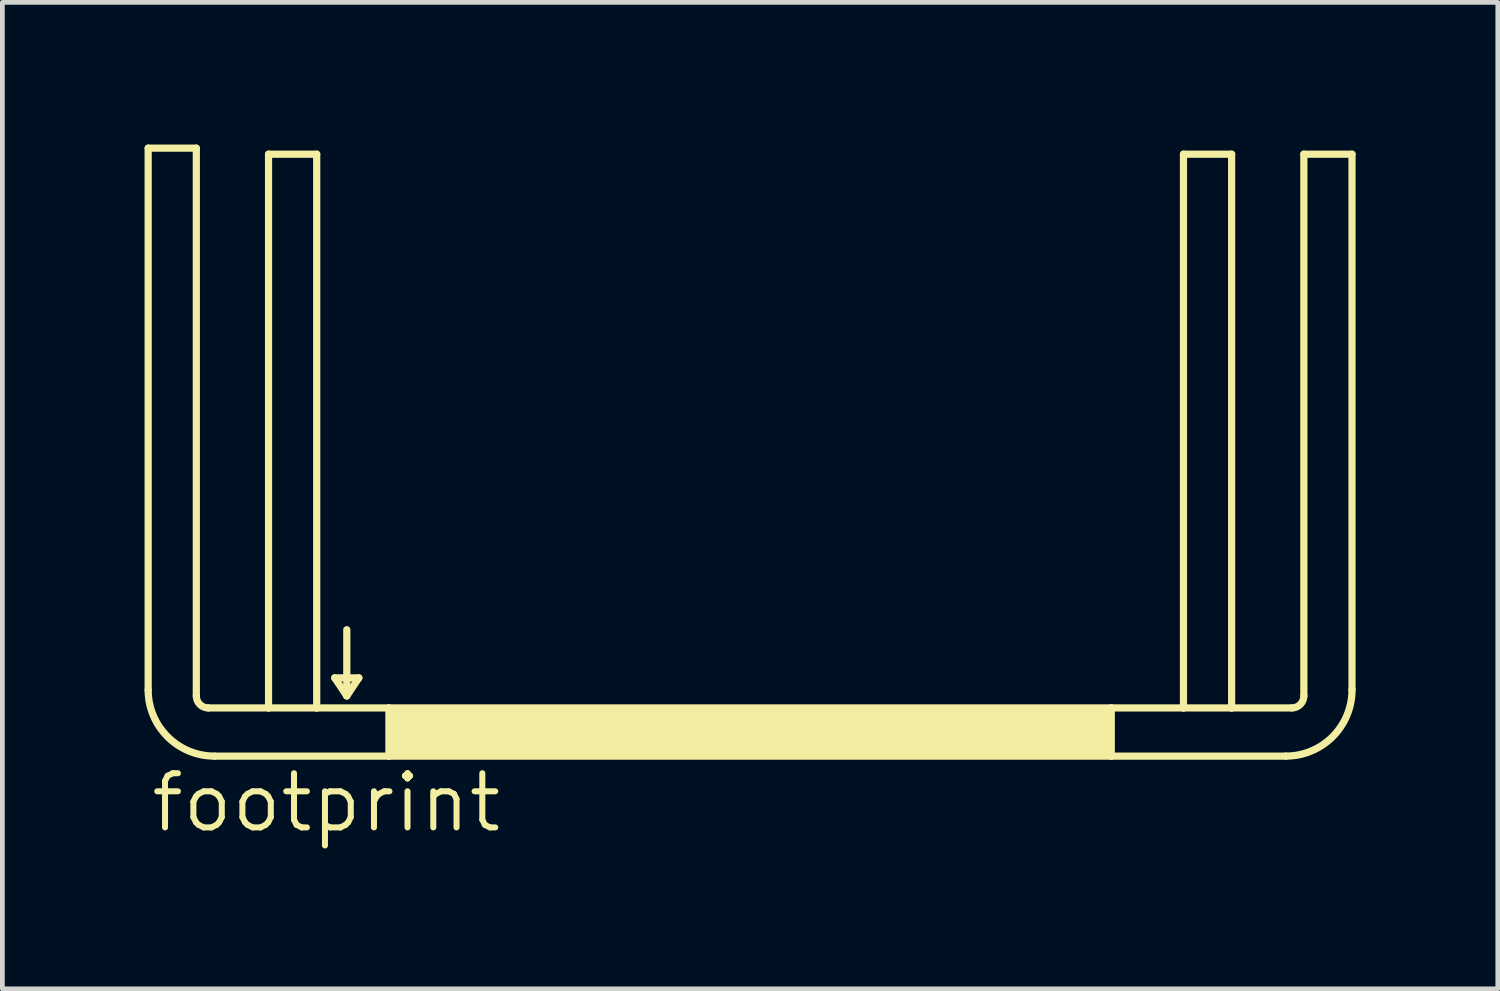
<source format=kicad_pcb>
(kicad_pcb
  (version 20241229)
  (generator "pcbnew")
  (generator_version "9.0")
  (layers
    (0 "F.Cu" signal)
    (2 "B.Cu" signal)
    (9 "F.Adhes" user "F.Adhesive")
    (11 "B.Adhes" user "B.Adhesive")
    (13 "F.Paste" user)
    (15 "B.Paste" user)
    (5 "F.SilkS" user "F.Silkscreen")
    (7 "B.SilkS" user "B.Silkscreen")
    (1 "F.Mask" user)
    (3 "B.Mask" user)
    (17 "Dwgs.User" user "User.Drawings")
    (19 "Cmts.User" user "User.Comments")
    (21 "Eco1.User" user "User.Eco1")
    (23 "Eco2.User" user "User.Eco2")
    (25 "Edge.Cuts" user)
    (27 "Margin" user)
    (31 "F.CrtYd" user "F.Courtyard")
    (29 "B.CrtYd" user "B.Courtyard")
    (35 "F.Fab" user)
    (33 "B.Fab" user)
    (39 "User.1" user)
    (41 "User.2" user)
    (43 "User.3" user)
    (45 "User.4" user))
  (footprint "footprint"
    (layer "F.Cu")
    (at 12.776 11.887)
    (property "Reference" "footprint" (at -12.7 2.667 0) (layer "F.SilkS") (effects (font (size 1.143 1.143) (thickness 0.127)) (justify left bottom)))
    (fp_line (start -12.7 -11.811) (end -12.7 -0.381) (stroke (width 0.152) (type solid)) (layer "F.SilkS"))
    (fp_line (start -11.684 -11.811) (end -12.7 -11.811) (stroke (width 0.152) (type solid)) (layer "F.SilkS"))
    (fp_line (start -11.684 -0.254) (end -11.684 -11.811) (stroke (width 0.152) (type solid)) (layer "F.SilkS"))
    (fp_line (start -11.303 1.016) (end -7.62 1.016) (stroke (width 0.152) (type solid)) (layer "F.SilkS"))
    (fp_line (start -10.16 -11.684) (end -10.16 0) (stroke (width 0.152) (type solid)) (layer "F.SilkS"))
    (fp_line (start -10.16 0) (end -11.43 0) (stroke (width 0.152) (type solid)) (layer "F.SilkS"))
    (fp_line (start -9.144 -11.684) (end -10.16 -11.684) (stroke (width 0.152) (type solid)) (layer "F.SilkS"))
    (fp_line (start -9.144 -11.684) (end -9.144 0) (stroke (width 0.152) (type solid)) (layer "F.SilkS"))
    (fp_line (start -9.144 0) (end -10.16 0) (stroke (width 0.152) (type solid)) (layer "F.SilkS"))
    (fp_line (start -8.763 -0.635) (end -8.509 -0.635) (stroke (width 0.152) (type solid)) (layer "F.SilkS"))
    (fp_line (start -8.509 -1.651) (end -8.509 -0.635) (stroke (width 0.152) (type solid)) (layer "F.SilkS"))
    (fp_line (start -8.509 -0.635) (end -8.509 -0.254) (stroke (width 0.152) (type solid)) (layer "F.SilkS"))
    (fp_line (start -8.509 -0.635) (end -8.255 -0.635) (stroke (width 0.152) (type solid)) (layer "F.SilkS"))
    (fp_line (start -8.509 -0.254) (end -8.763 -0.635) (stroke (width 0.152) (type solid)) (layer "F.SilkS"))
    (fp_line (start -8.255 -0.635) (end -8.509 -0.254) (stroke (width 0.152) (type solid)) (layer "F.SilkS"))
    (fp_line (start -7.62 0) (end -9.144 0) (stroke (width 0.152) (type solid)) (layer "F.SilkS"))
    (fp_line (start -7.62 0) (end -7.62 1.016) (stroke (width 0.152) (type solid)) (layer "F.SilkS"))
    (fp_line (start -7.62 1.016) (end 7.62 1.016) (stroke (width 0.152) (type solid)) (layer "F.SilkS"))
    (fp_line (start 7.62 0) (end -7.62 0) (stroke (width 0.152) (type solid)) (layer "F.SilkS"))
    (fp_line (start 7.62 0) (end 7.62 1.016) (stroke (width 0.152) (type solid)) (layer "F.SilkS"))
    (fp_line (start 7.62 1.016) (end 11.303 1.016) (stroke (width 0.152) (type solid)) (layer "F.SilkS"))
    (fp_line (start 9.144 -11.684) (end 9.144 0) (stroke (width 0.152) (type solid)) (layer "F.SilkS"))
    (fp_line (start 9.144 0) (end 7.62 0) (stroke (width 0.152) (type solid)) (layer "F.SilkS"))
    (fp_line (start 10.16 -11.684) (end 9.144 -11.684) (stroke (width 0.152) (type solid)) (layer "F.SilkS"))
    (fp_line (start 10.16 -11.684) (end 10.16 0) (stroke (width 0.152) (type solid)) (layer "F.SilkS"))
    (fp_line (start 10.16 0) (end 9.144 0) (stroke (width 0.152) (type solid)) (layer "F.SilkS"))
    (fp_line (start 11.43 0) (end 10.16 0) (stroke (width 0.152) (type solid)) (layer "F.SilkS"))
    (fp_line (start 11.684 -11.684) (end 11.684 -0.254) (stroke (width 0.152) (type solid)) (layer "F.SilkS"))
    (fp_line (start 12.7 -11.684) (end 11.684 -11.684) (stroke (width 0.152) (type solid)) (layer "F.SilkS"))
    (fp_line (start 12.7 -0.381) (end 12.7 -11.684) (stroke (width 0.152) (type solid)) (layer "F.SilkS"))
    (fp_arc (start -11.43 0) (mid -11.609605 -0.074395) (end -11.684 -0.254) (stroke (width 0.1524) (type solid)) (layer "F.SilkS"))
    (fp_arc (start -11.303 1.016) (mid -12.290828 0.606828) (end -12.7 -0.381) (stroke (width 0.1524) (type solid)) (layer "F.SilkS"))
    (fp_arc (start 11.684 -0.254) (mid 11.609605 -0.074395) (end 11.43 0) (stroke (width 0.1524) (type solid)) (layer "F.SilkS"))
    (fp_arc (start 12.7 -0.381) (mid 12.290828 0.606828) (end 11.303 1.016) (stroke (width 0.1524) (type solid)) (layer "F.SilkS"))
    (fp_poly (pts (xy -7.62 1.016) (xy 7.62 1.016) (xy 7.62 0) (xy -7.62 0)) (stroke (width 0) (type solid)) (fill yes) (layer "F.SilkS")))
  (gr_rect
    (start -3 -3)
    (end 28.552 17.813)
    (stroke (width 0.1) (type default))
    (fill no)
    (layer "Edge.Cuts")))
</source>
